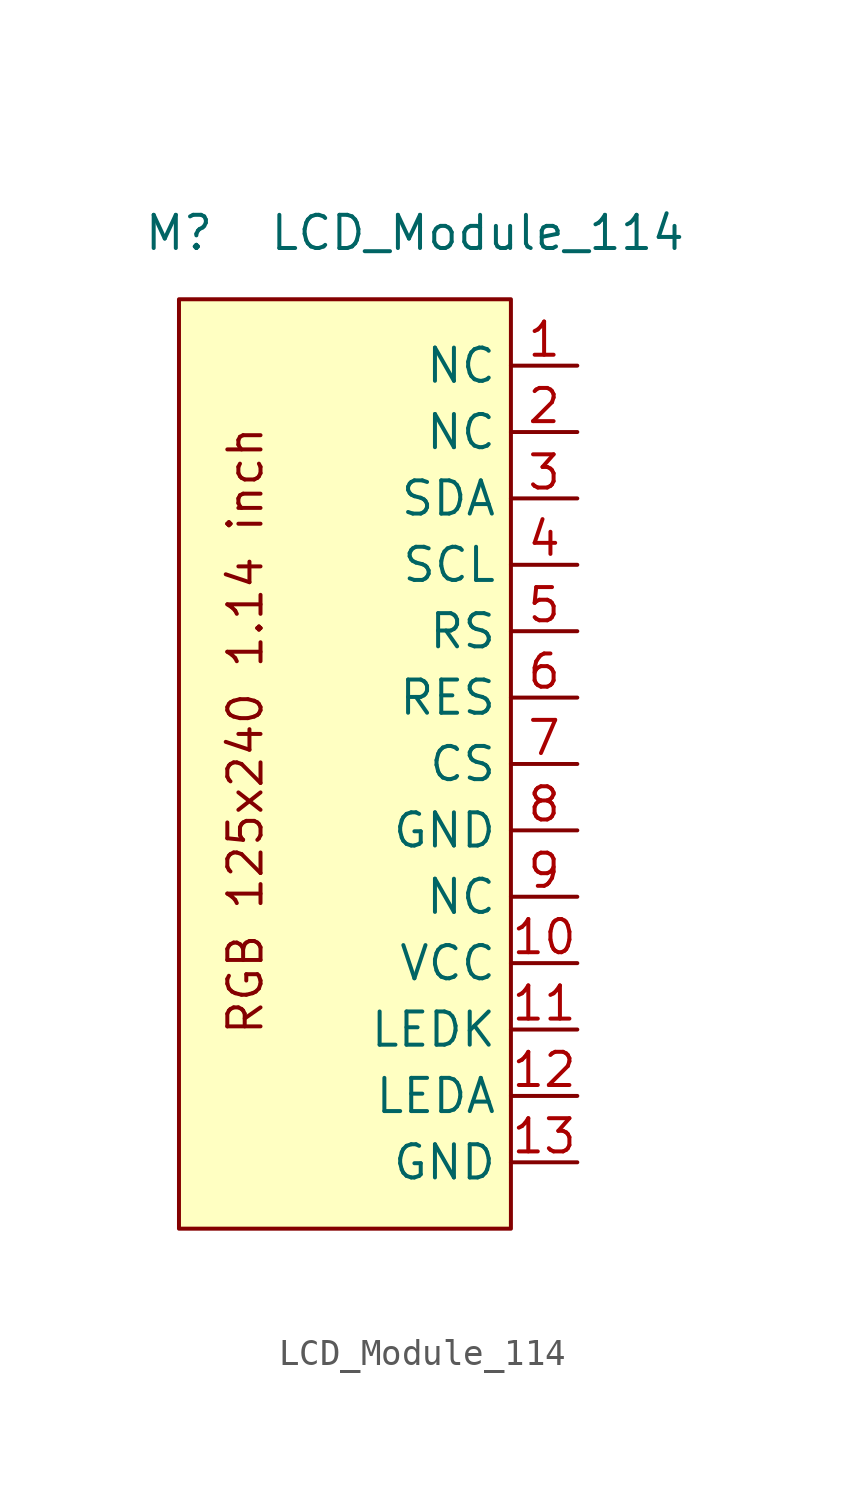
<source format=kicad_sym>
(kicad_symbol_lib
  (version 20211014)
  (generator kicad_symbol_editor)
  (symbol "LCD_Module_114"
    (property "Reference" "M"
      (at -6.35 20.32 0)
      (effects (font (size 1.27 1.27))))
    (property "Value" "LCD_Module_114"
      (at 5.08 20.32 0)
      (effects (font (size 1.27 1.27))))
    (symbol "LCD_Module_114_0_0"
      (text "RGB 125x240 1.14 inch" (at -3.81 1.27 900) (effects (font (size 1.27 1.27)))))
    (symbol "LCD_Module_114_0_1"
      (rectangle (start -6.35 17.78) (end 6.35 -17.78) (stroke (width 0) (type default) (color 0 0 0 0)) (fill (type background))))
    (symbol "LCD_Module_114_1_1"
      (pin passive line (at 8.89 15.24 180) (length 2.54) (name "NC" (effects (font (size 1.27 1.27)))) (number "1" (effects (font (size 1.27 1.27)))))
      (pin passive line (at 8.89 -7.62 180) (length 2.54) (name "VCC" (effects (font (size 1.27 1.27)))) (number "10" (effects (font (size 1.27 1.27)))))
      (pin passive line (at 8.89 -10.16 180) (length 2.54) (name "LEDK" (effects (font (size 1.27 1.27)))) (number "11" (effects (font (size 1.27 1.27)))))
      (pin passive line (at 8.89 -12.7 180) (length 2.54) (name "LEDA" (effects (font (size 1.27 1.27)))) (number "12" (effects (font (size 1.27 1.27)))))
      (pin passive line (at 8.89 -15.24 180) (length 2.54) (name "GND" (effects (font (size 1.27 1.27)))) (number "13" (effects (font (size 1.27 1.27)))))
      (pin passive line (at 8.89 12.7 180) (length 2.54) (name "NC" (effects (font (size 1.27 1.27)))) (number "2" (effects (font (size 1.27 1.27)))))
      (pin passive line (at 8.89 10.16 180) (length 2.54) (name "SDA" (effects (font (size 1.27 1.27)))) (number "3" (effects (font (size 1.27 1.27)))))
      (pin passive line (at 8.89 7.62 180) (length 2.54) (name "SCL" (effects (font (size 1.27 1.27)))) (number "4" (effects (font (size 1.27 1.27)))))
      (pin passive line (at 8.89 5.08 180) (length 2.54) (name "RS" (effects (font (size 1.27 1.27)))) (number "5" (effects (font (size 1.27 1.27)))))
      (pin passive line (at 8.89 2.54 180) (length 2.54) (name "RES" (effects (font (size 1.27 1.27)))) (number "6" (effects (font (size 1.27 1.27)))))
      (pin passive line (at 8.89 0 180) (length 2.54) (name "CS" (effects (font (size 1.27 1.27)))) (number "7" (effects (font (size 1.27 1.27)))))
      (pin passive line (at 8.89 -2.54 180) (length 2.54) (name "GND" (effects (font (size 1.27 1.27)))) (number "8" (effects (font (size 1.27 1.27)))))
      (pin passive line (at 8.89 -5.08 180) (length 2.54) (name "NC" (effects (font (size 1.27 1.27)))) (number "9" (effects (font (size 1.27 1.27))))))))
</source>
